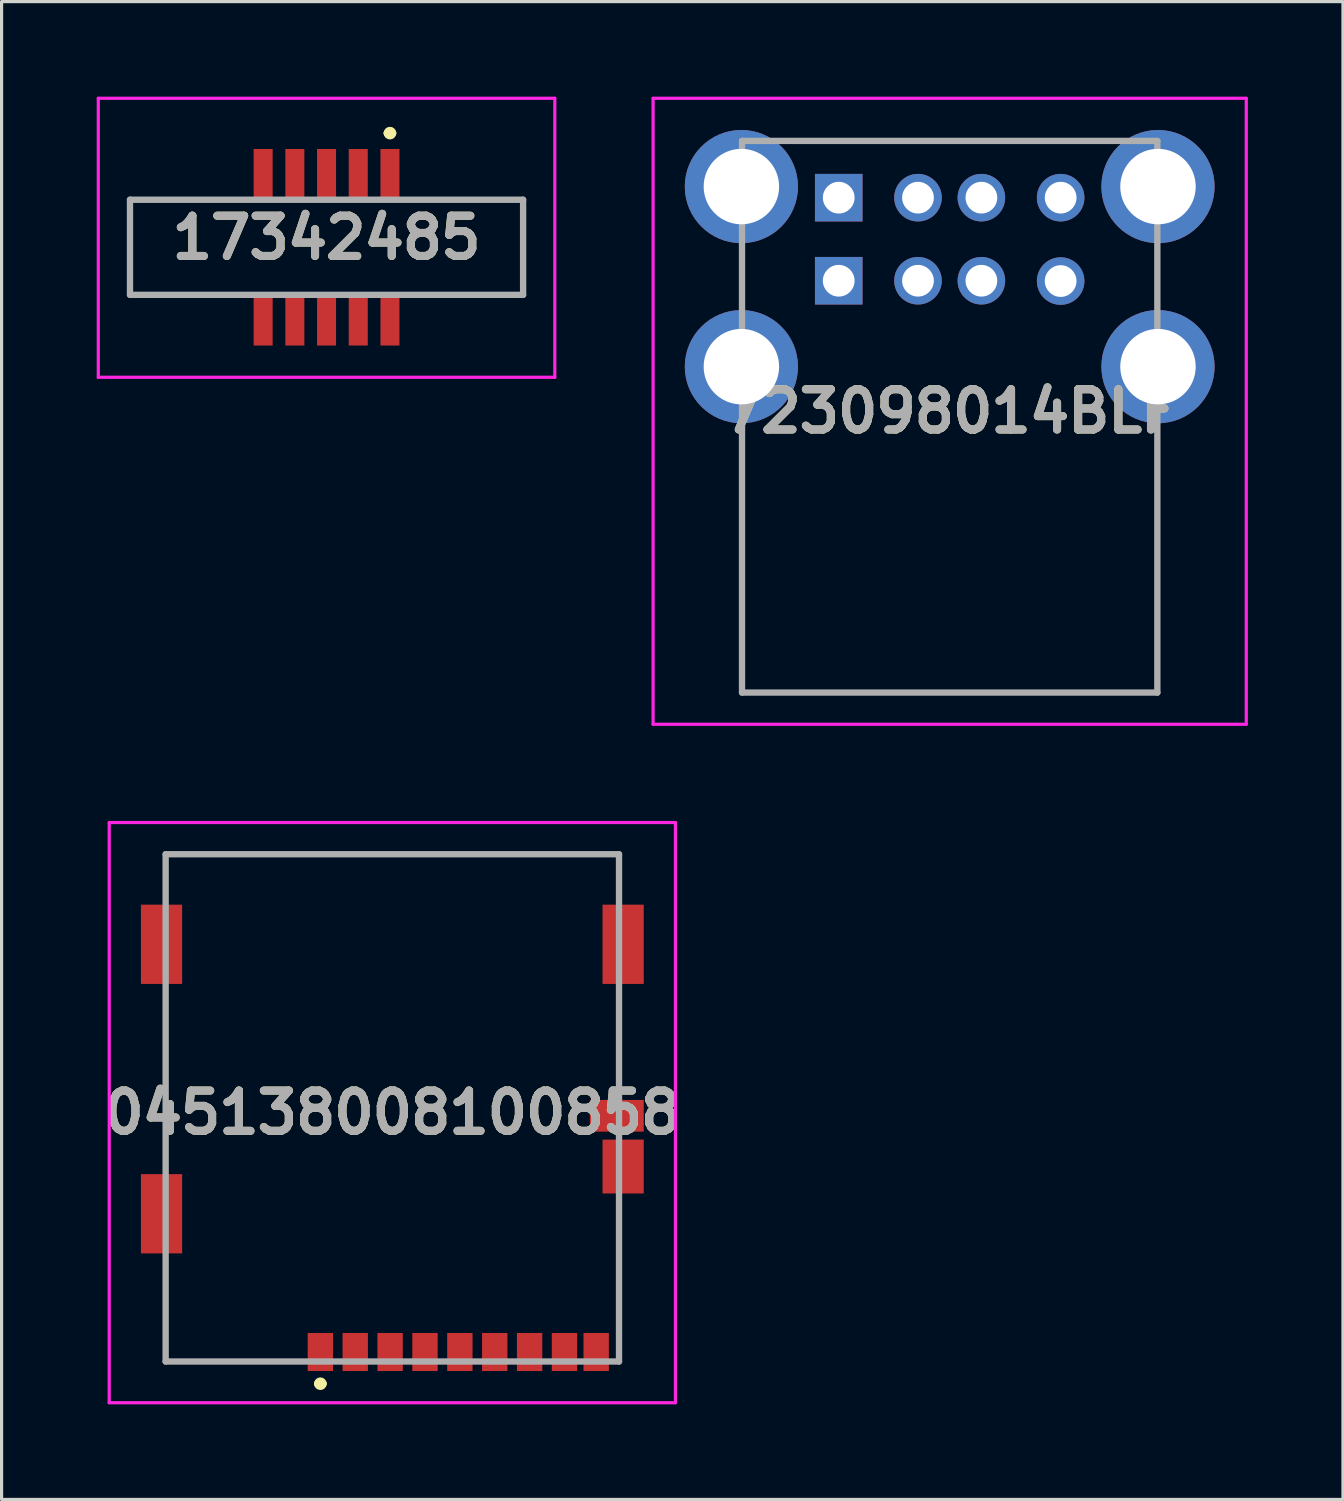
<source format=kicad_pcb>
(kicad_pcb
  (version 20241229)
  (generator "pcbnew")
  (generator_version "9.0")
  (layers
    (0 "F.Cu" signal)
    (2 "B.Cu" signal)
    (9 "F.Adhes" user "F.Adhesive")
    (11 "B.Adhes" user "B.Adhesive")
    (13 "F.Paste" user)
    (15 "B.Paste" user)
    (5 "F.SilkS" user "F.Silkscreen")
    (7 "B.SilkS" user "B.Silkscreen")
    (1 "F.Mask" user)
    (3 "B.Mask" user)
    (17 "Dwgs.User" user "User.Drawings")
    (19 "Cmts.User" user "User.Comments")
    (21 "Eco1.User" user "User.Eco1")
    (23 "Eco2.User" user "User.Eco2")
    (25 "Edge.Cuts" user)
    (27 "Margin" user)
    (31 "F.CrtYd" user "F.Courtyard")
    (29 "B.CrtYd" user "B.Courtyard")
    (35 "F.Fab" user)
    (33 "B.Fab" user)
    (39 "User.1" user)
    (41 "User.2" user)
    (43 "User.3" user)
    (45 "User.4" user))
  (footprint "17342485"
    (layer "F.Cu")
    (at 7.25 4.037)
    (property "Reference" "17342485" (at 0 0.413 0) (layer "F.SilkS") (effects (font (size 1.27 1.27) (thickness 0.254))))
    (attr smd)
    (fp_line (start -6.2 -0.787) (end -3 -0.787) (stroke (width 0.1) (type solid)) (layer "F.SilkS"))
    (fp_line (start -6.2 -0.703) (end -6.2 -0.787) (stroke (width 0.1) (type solid)) (layer "F.SilkS"))
    (fp_line (start -6.2 2.212) (end -6.2 -0.703) (stroke (width 0.1) (type solid)) (layer "F.SilkS"))
    (fp_line (start -3 2.212) (end -6.2 2.212) (stroke (width 0.1) (type solid)) (layer "F.SilkS"))
    (fp_line (start 1.9 -2.888) (end 1.9 -2.888) (stroke (width 0.2) (type solid)) (layer "F.SilkS"))
    (fp_line (start 2.1 -2.888) (end 2.1 -2.888) (stroke (width 0.2) (type solid)) (layer "F.SilkS"))
    (fp_line (start 3 -0.787) (end 6.2 -0.787) (stroke (width 0.1) (type solid)) (layer "F.SilkS"))
    (fp_line (start 6.2 -0.787) (end 6.2 2.212) (stroke (width 0.1) (type solid)) (layer "F.SilkS"))
    (fp_line (start 6.2 2.212) (end 3 2.212) (stroke (width 0.1) (type solid)) (layer "F.SilkS"))
    (fp_arc (start 1.9 -2.888) (mid 2.0005 -2.9875) (end 2.1 -2.887) (stroke (width 0.2) (type solid)) (layer "F.SilkS"))
    (fp_arc (start 2.1 -2.888) (mid 2.0005 -2.7875) (end 1.9 -2.887) (stroke (width 0.2) (type solid)) (layer "F.SilkS"))
    (fp_line (start -7.2 -3.987) (end 7.2 -3.987) (stroke (width 0.1) (type solid)) (layer "F.CrtYd"))
    (fp_line (start -7.2 4.813) (end -7.2 -3.987) (stroke (width 0.1) (type solid)) (layer "F.CrtYd"))
    (fp_line (start 7.2 -3.987) (end 7.2 4.813) (stroke (width 0.1) (type solid)) (layer "F.CrtYd"))
    (fp_line (start 7.2 4.813) (end -7.2 4.813) (stroke (width 0.1) (type solid)) (layer "F.CrtYd"))
    (fp_line (start -6.2 -0.787) (end 6.2 -0.787) (stroke (width 0.2) (type solid)) (layer "F.Fab"))
    (fp_line (start -6.2 2.212) (end -6.2 -0.787) (stroke (width 0.2) (type solid)) (layer "F.Fab"))
    (fp_line (start 6.2 -0.787) (end 6.2 2.212) (stroke (width 0.2) (type solid)) (layer "F.Fab"))
    (fp_line (start 6.2 2.212) (end -6.2 2.212) (stroke (width 0.2) (type solid)) (layer "F.Fab"))
    (fp_text user "${REFERENCE}" (at 0 0.413 0) (layer "F.Fab") (effects (font (size 1.27 1.27) (thickness 0.254))))
    (pad "1" smd rect (at 2 -1.563) (size 0.6 1.65) (layers "F.Cu" "F.Mask" "F.Paste"))
    (pad "2" smd rect (at 2 2.987) (size 0.6 1.65) (layers "F.Cu" "F.Mask" "F.Paste"))
    (pad "3" smd rect (at 1 -1.563) (size 0.6 1.65) (layers "F.Cu" "F.Mask" "F.Paste"))
    (pad "4" smd rect (at 1 2.987) (size 0.6 1.65) (layers "F.Cu" "F.Mask" "F.Paste"))
    (pad "5" smd rect (at 0 -1.563) (size 0.6 1.65) (layers "F.Cu" "F.Mask" "F.Paste"))
    (pad "6" smd rect (at 0 2.987) (size 0.6 1.65) (layers "F.Cu" "F.Mask" "F.Paste"))
    (pad "7" smd rect (at -1 -1.563) (size 0.6 1.65) (layers "F.Cu" "F.Mask" "F.Paste"))
    (pad "8" smd rect (at -1 2.987) (size 0.6 1.65) (layers "F.Cu" "F.Mask" "F.Paste"))
    (pad "9" smd rect (at -2 -1.563) (size 0.6 1.65) (layers "F.Cu" "F.Mask" "F.Paste"))
    (pad "10" smd rect (at -2 2.987) (size 0.6 1.65) (layers "F.Cu" "F.Mask" "F.Paste")))
  (footprint "045138008100858"
    (layer "F.Cu")
    (at 9.325 32.045)
    (property "Reference" "045138008100858" (at 0 0 0) (layer "F.SilkS") (effects (font (size 1.27 1.27) (thickness 0.254))))
    (attr smd)
    (fp_line (start -7.15 -8.15) (end 7.15 -8.15) (stroke (width 0.1) (type solid)) (layer "F.SilkS"))
    (fp_line (start -7.15 -7.15) (end -7.15 -8.15) (stroke (width 0.1) (type solid)) (layer "F.SilkS"))
    (fp_line (start -7.15 7.85) (end -7.15 4.85) (stroke (width 0.1) (type solid)) (layer "F.SilkS"))
    (fp_line (start -2.97 7.85) (end -7.15 7.85) (stroke (width 0.1) (type solid)) (layer "F.SilkS"))
    (fp_line (start -2.37 8.55) (end -2.37 8.55) (stroke (width 0.2) (type solid)) (layer "F.SilkS"))
    (fp_line (start -2.17 8.55) (end -2.17 8.55) (stroke (width 0.2) (type solid)) (layer "F.SilkS"))
    (fp_line (start 7.15 -8.15) (end 7.15 -7.15) (stroke (width 0.1) (type solid)) (layer "F.SilkS"))
    (fp_line (start 7.15 6.35) (end 7.15 2.85) (stroke (width 0.1) (type solid)) (layer "F.SilkS"))
    (fp_line (start 7.15 6.35) (end 7.15 7.85) (stroke (width 0.1) (type solid)) (layer "F.SilkS"))
    (fp_arc (start -2.37 8.55) (mid -2.27 8.45) (end -2.17 8.55) (stroke (width 0.2) (type solid)) (layer "F.SilkS"))
    (fp_arc (start -2.17 8.55) (mid -2.27 8.65) (end -2.37 8.55) (stroke (width 0.2) (type solid)) (layer "F.SilkS"))
    (fp_line (start -8.93 -9.15) (end 8.93 -9.15) (stroke (width 0.1) (type solid)) (layer "F.CrtYd"))
    (fp_line (start -8.93 9.15) (end -8.93 -9.15) (stroke (width 0.1) (type solid)) (layer "F.CrtYd"))
    (fp_line (start 8.93 -9.15) (end 8.93 9.15) (stroke (width 0.1) (type solid)) (layer "F.CrtYd"))
    (fp_line (start 8.93 9.15) (end -8.93 9.15) (stroke (width 0.1) (type solid)) (layer "F.CrtYd"))
    (fp_line (start -7.15 -8.15) (end 7.15 -8.15) (stroke (width 0.2) (type solid)) (layer "F.Fab"))
    (fp_line (start -7.15 7.85) (end -7.15 -8.15) (stroke (width 0.2) (type solid)) (layer "F.Fab"))
    (fp_line (start 7.15 -8.15) (end 7.15 7.85) (stroke (width 0.2) (type solid)) (layer "F.Fab"))
    (fp_line (start 7.15 7.85) (end -7.15 7.85) (stroke (width 0.2) (type solid)) (layer "F.Fab"))
    (fp_text user "${REFERENCE}" (at 0 0 0) (layer "F.Fab") (effects (font (size 1.27 1.27) (thickness 0.254))))
    (pad "1" smd rect (at -2.27 7.55) (size 0.8 1.2) (layers "F.Cu" "F.Mask" "F.Paste"))
    (pad "2" smd rect (at -1.17 7.55) (size 0.8 1.2) (layers "F.Cu" "F.Mask" "F.Paste"))
    (pad "3" smd rect (at -0.07 7.55) (size 0.8 1.2) (layers "F.Cu" "F.Mask" "F.Paste"))
    (pad "4" smd rect (at 1.03 7.55) (size 0.8 1.2) (layers "F.Cu" "F.Mask" "F.Paste"))
    (pad "5" smd rect (at 2.13 7.55) (size 0.8 1.2) (layers "F.Cu" "F.Mask" "F.Paste"))
    (pad "6" smd rect (at 3.23 7.55) (size 0.8 1.2) (layers "F.Cu" "F.Mask" "F.Paste"))
    (pad "7" smd rect (at 4.33 7.55) (size 0.8 1.2) (layers "F.Cu" "F.Mask" "F.Paste"))
    (pad "8" smd rect (at 5.43 7.55) (size 0.8 1.2) (layers "F.Cu" "F.Mask" "F.Paste"))
    (pad "9" smd rect (at 6.43 7.55) (size 0.8 1.2) (layers "F.Cu" "F.Mask" "F.Paste"))
    (pad "10" smd rect (at -7.28 3.19) (size 1.3 2.5) (layers "F.Cu" "F.Mask" "F.Paste"))
    (pad "11" smd rect (at -7.28 -5.31) (size 1.3 2.5) (layers "F.Cu" "F.Mask" "F.Paste"))
    (pad "12" smd rect (at 7.28 -5.31) (size 1.3 2.5) (layers "F.Cu" "F.Mask" "F.Paste"))
    (pad "13" smd rect (at 7.28 1.7) (size 1.3 1.7) (layers "F.Cu" "F.Mask" "F.Paste"))
    (pad "CD1" smd rect (at 7.08 0.1 90) (size 1 1.7) (layers "F.Cu" "F.Mask" "F.Paste")))
  (footprint "723098014BLF"
    (layer "F.Cu")
    (at 23.405 3.185)
    (property "Reference" "723098014BLF" (at 3.5 6.738 0) (layer "F.SilkS") (effects (font (size 1.27 1.27) (thickness 0.254))))
    (attr through_hole)
    (fp_line (start -3.07 8.11) (end -3.07 15.61) (stroke (width 0.1) (type solid)) (layer "F.SilkS"))
    (fp_line (start -3.07 15.61) (end 10.07 15.61) (stroke (width 0.1) (type solid)) (layer "F.SilkS"))
    (fp_line (start -1 -1.79) (end 8 -1.79) (stroke (width 0.1) (type solid)) (layer "F.SilkS"))
    (fp_line (start 10.07 15.61) (end 10.07 8.11) (stroke (width 0.1) (type solid)) (layer "F.SilkS"))
    (fp_line (start -5.855 -3.135) (end 12.855 -3.135) (stroke (width 0.1) (type solid)) (layer "F.CrtYd"))
    (fp_line (start -5.855 16.61) (end -5.855 -3.135) (stroke (width 0.1) (type solid)) (layer "F.CrtYd"))
    (fp_line (start 12.855 -3.135) (end 12.855 16.61) (stroke (width 0.1) (type solid)) (layer "F.CrtYd"))
    (fp_line (start 12.855 16.61) (end -5.855 16.61) (stroke (width 0.1) (type solid)) (layer "F.CrtYd"))
    (fp_line (start -3.05 -1.79) (end -3.05 15.61) (stroke (width 0.2) (type solid)) (layer "F.Fab"))
    (fp_line (start -3.05 15.61) (end 10.05 15.61) (stroke (width 0.2) (type solid)) (layer "F.Fab"))
    (fp_line (start 10.05 -1.79) (end -3.05 -1.79) (stroke (width 0.2) (type solid)) (layer "F.Fab"))
    (fp_line (start 10.05 15.61) (end 10.05 -1.79) (stroke (width 0.2) (type solid)) (layer "F.Fab"))
    (fp_text user "${REFERENCE}" (at 3.5 6.738 0) (layer "F.Fab") (effects (font (size 1.27 1.27) (thickness 0.254))))
    (pad "A1" thru_hole rect (at 0 0) (size 1.5 1.5) (drill 1) (layers "*.Cu" "*.Mask"))
    (pad "A2" thru_hole circle (at 2.5 0) (size 1.5 1.5) (drill 1) (layers "*.Cu" "*.Mask"))
    (pad "A3" thru_hole circle (at 4.5 0) (size 1.5 1.5) (drill 1) (layers "*.Cu" "*.Mask"))
    (pad "A4" thru_hole circle (at 7 0) (size 1.5 1.5) (drill 1) (layers "*.Cu" "*.Mask"))
    (pad "B1" thru_hole rect (at 0 2.62) (size 1.5 1.5) (drill 1) (layers "*.Cu" "*.Mask"))
    (pad "B2" thru_hole circle (at 2.5 2.62) (size 1.5 1.5) (drill 1) (layers "*.Cu" "*.Mask"))
    (pad "B3" thru_hole circle (at 4.5 2.62) (size 1.5 1.5) (drill 1) (layers "*.Cu" "*.Mask"))
    (pad "B4" thru_hole circle (at 7 2.63) (size 1.5 1.5) (drill 1) (layers "*.Cu" "*.Mask"))
    (pad "MH1" thru_hole circle (at -3.07 5.33) (size 3.57 3.57) (drill 2.38) (layers "*.Cu" "*.Mask"))
    (pad "MH2" thru_hole circle (at 10.07 5.33) (size 3.57 3.57) (drill 2.38) (layers "*.Cu" "*.Mask"))
    (pad "MH3" thru_hole circle (at 10.07 -0.35) (size 3.57 3.57) (drill 2.38) (layers "*.Cu" "*.Mask"))
    (pad "MH4" thru_hole circle (at -3.07 -0.35) (size 3.57 3.57) (drill 2.38) (layers "*.Cu" "*.Mask")))
  (gr_rect
    (start -3 -3)
    (end 39.31 44.245)
    (stroke (width 0.1) (type default))
    (fill no)
    (layer "Edge.Cuts")))
</source>
